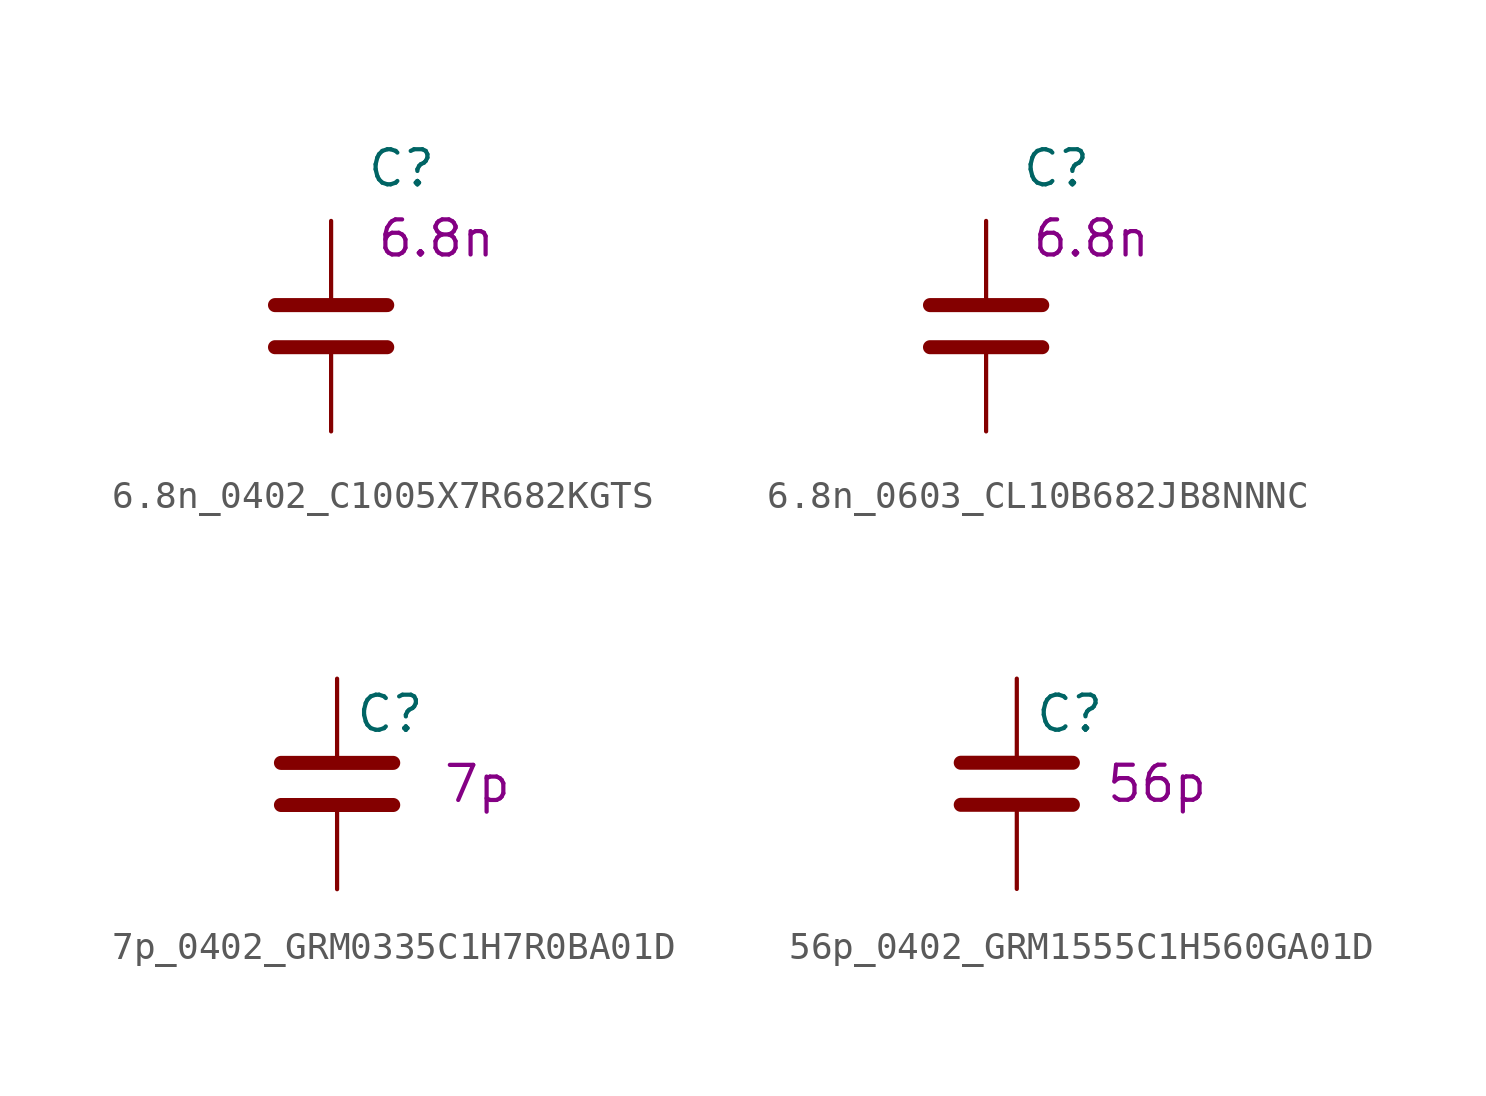
<source format=kicad_sym>
(kicad_symbol_lib
  (version 20231120)
  (generator "kicad_symbol_editor")
  (generator_version "8.0")
  (symbol "6.8n_0402_C1005X7R682KGTS"
    (pin_numbers hide)
    (pin_names
      (offset 0.254))
    (property "Reference" "C"
      (at 1.27 5.715 0)
      (effects (font (size 1.27 1.27)) (justify left)))
    (property "UserValue" "6.8n"
      (at 3.81 3.175 0)
      (effects (font (size 1.27 1.27))))
    (symbol "6.8n_0402_C1005X7R682KGTS_0_1"
      (polyline (pts (xy -2.032 -0.762) (xy 2.032 -0.762)) (stroke (width 0.508) (type default)) (fill (type none)))
      (polyline (pts (xy -2.032 0.762) (xy 2.032 0.762)) (stroke (width 0.508) (type default)) (fill (type none))))
    (symbol "6.8n_0402_C1005X7R682KGTS_1_1"
      (pin passive line (at 0 3.81 270) (length 2.794) (name "~" (effects (font (size 1.27 1.27)))) (number "1" (effects (font (size 1.27 1.27)))))
      (pin passive line (at 0 -3.81 90) (length 2.794) (name "~" (effects (font (size 1.27 1.27)))) (number "2" (effects (font (size 1.27 1.27)))))))
  (symbol "6.8n_0603_CL10B682JB8NNNC"
    (pin_numbers hide)
    (pin_names
      (offset 0.254))
    (property "Reference" "C"
      (at 1.27 5.715 0)
      (effects (font (size 1.27 1.27)) (justify left)))
    (property "UserValue" "6.8n"
      (at 3.81 3.175 0)
      (effects (font (size 1.27 1.27))))
    (symbol "6.8n_0603_CL10B682JB8NNNC_0_1"
      (polyline (pts (xy -2.032 -0.762) (xy 2.032 -0.762)) (stroke (width 0.508) (type default)) (fill (type none)))
      (polyline (pts (xy -2.032 0.762) (xy 2.032 0.762)) (stroke (width 0.508) (type default)) (fill (type none))))
    (symbol "6.8n_0603_CL10B682JB8NNNC_1_1"
      (pin passive line (at 0 3.81 270) (length 2.794) (name "~" (effects (font (size 1.27 1.27)))) (number "1" (effects (font (size 1.27 1.27)))))
      (pin passive line (at 0 -3.81 90) (length 2.794) (name "~" (effects (font (size 1.27 1.27)))) (number "2" (effects (font (size 1.27 1.27)))))))
  (symbol "7p_0402_GRM0335C1H7R0BA01D"
    (pin_numbers hide)
    (pin_names
      (offset 0.254))
    (property "Reference" "C"
      (at 0.635 2.54 0)
      (effects (font (size 1.27 1.27)) (justify left)))
    (property "UserValue" "7p"
      (at 5.08 0 0)
      (effects (font (size 1.27 1.27))))
    (symbol "7p_0402_GRM0335C1H7R0BA01D_0_1"
      (polyline (pts (xy -2.032 -0.762) (xy 2.032 -0.762)) (stroke (width 0.508) (type default)) (fill (type none)))
      (polyline (pts (xy -2.032 0.762) (xy 2.032 0.762)) (stroke (width 0.508) (type default)) (fill (type none))))
    (symbol "7p_0402_GRM0335C1H7R0BA01D_1_1"
      (pin passive line (at 0 3.81 270) (length 2.794) (name "~" (effects (font (size 1.27 1.27)))) (number "1" (effects (font (size 1.27 1.27)))))
      (pin passive line (at 0 -3.81 90) (length 2.794) (name "~" (effects (font (size 1.27 1.27)))) (number "2" (effects (font (size 1.27 1.27)))))))
  (symbol "56p_0402_GRM1555C1H560GA01D"
    (pin_numbers hide)
    (pin_names
      (offset 0.254))
    (property "Reference" "C"
      (at 0.635 2.54 0)
      (effects (font (size 1.27 1.27)) (justify left)))
    (property "UserValue" "56p"
      (at 5.08 0 0)
      (effects (font (size 1.27 1.27))))
    (symbol "56p_0402_GRM1555C1H560GA01D_0_1"
      (polyline (pts (xy -2.032 -0.762) (xy 2.032 -0.762)) (stroke (width 0.508) (type default)) (fill (type none)))
      (polyline (pts (xy -2.032 0.762) (xy 2.032 0.762)) (stroke (width 0.508) (type default)) (fill (type none))))
    (symbol "56p_0402_GRM1555C1H560GA01D_1_1"
      (pin passive line (at 0 3.81 270) (length 2.794) (name "~" (effects (font (size 1.27 1.27)))) (number "1" (effects (font (size 1.27 1.27)))))
      (pin passive line (at 0 -3.81 90) (length 2.794) (name "~" (effects (font (size 1.27 1.27)))) (number "2" (effects (font (size 1.27 1.27))))))))
</source>
